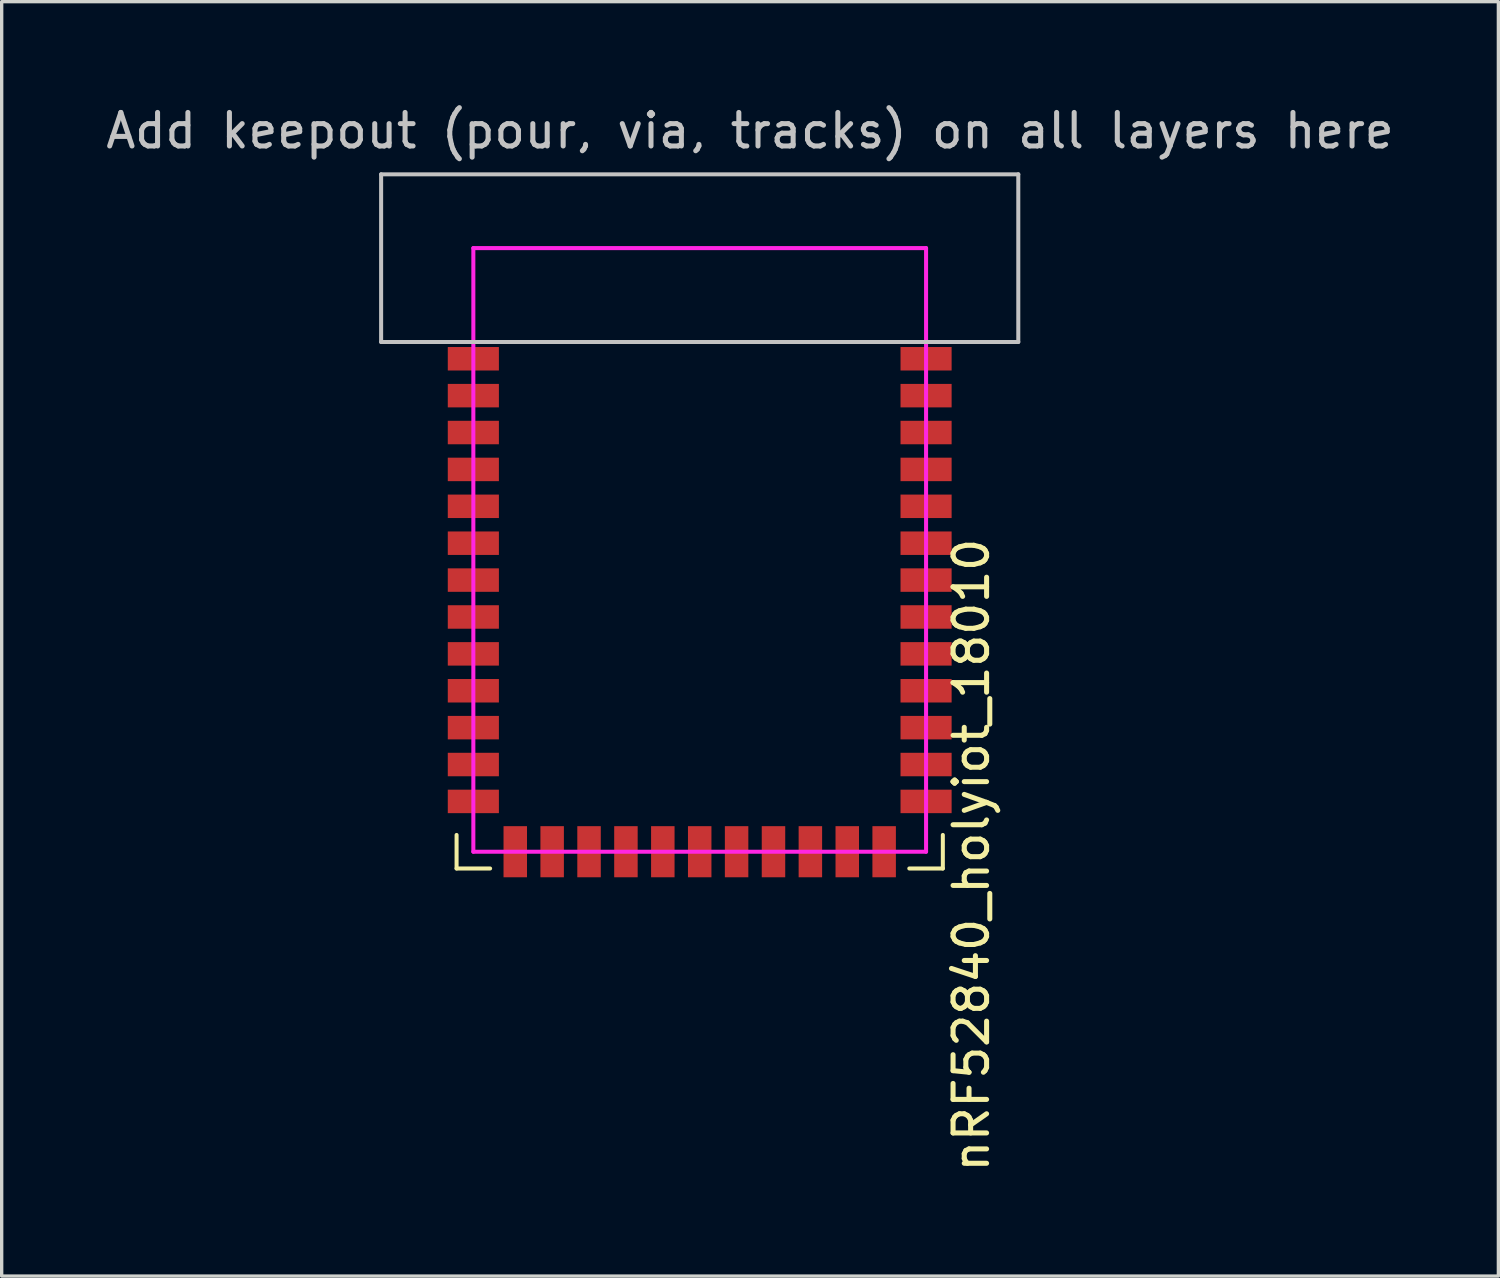
<source format=kicad_pcb>
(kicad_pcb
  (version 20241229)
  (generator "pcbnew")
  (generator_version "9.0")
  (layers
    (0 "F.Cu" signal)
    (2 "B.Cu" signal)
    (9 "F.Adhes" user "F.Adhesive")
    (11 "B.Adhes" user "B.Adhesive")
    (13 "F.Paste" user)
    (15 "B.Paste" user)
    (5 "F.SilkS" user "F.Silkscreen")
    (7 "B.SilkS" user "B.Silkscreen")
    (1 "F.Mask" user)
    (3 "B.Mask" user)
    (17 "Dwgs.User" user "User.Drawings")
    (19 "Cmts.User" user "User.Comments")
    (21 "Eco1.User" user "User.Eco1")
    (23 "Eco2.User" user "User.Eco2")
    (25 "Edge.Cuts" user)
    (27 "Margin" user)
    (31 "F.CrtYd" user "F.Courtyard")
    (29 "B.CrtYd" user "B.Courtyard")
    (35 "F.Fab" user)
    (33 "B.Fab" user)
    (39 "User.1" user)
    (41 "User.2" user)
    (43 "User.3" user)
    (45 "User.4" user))
  (footprint "nRF52840_holyiot_18010"
    (layer "F.Cu")
    (at 17.815 13.348)
    (property "Reference" "nRF52840_holyiot_18010" (at 8.1 9.1 270) (layer "F.SilkS") (effects (font (size 1 1) (thickness 0.15))))
    (attr through_hole)
    (fp_line (start -7.25 8.5) (end -7.25 9.5) (stroke (width 0.12) (type solid)) (layer "F.SilkS"))
    (fp_line (start -6.25 9.5) (end -7.25 9.5) (stroke (width 0.12) (type solid)) (layer "F.SilkS"))
    (fp_line (start 6.25 9.5) (end 7.25 9.5) (stroke (width 0.12) (type solid)) (layer "F.SilkS"))
    (fp_line (start 7.25 8.5) (end 7.25 9.5) (stroke (width 0.12) (type solid)) (layer "F.SilkS"))
    (fp_line (start -9.5 -11.2) (end 9.5 -11.2) (stroke (width 0.12) (type solid)) (layer "Dwgs.User"))
    (fp_line (start -9.5 -6.2) (end -9.5 -11.2) (stroke (width 0.12) (type solid)) (layer "Dwgs.User"))
    (fp_line (start 9.5 -11.2) (end 9.5 -6.2) (stroke (width 0.12) (type solid)) (layer "Dwgs.User"))
    (fp_line (start 9.5 -6.2) (end -9.5 -6.2) (stroke (width 0.12) (type solid)) (layer "Dwgs.User"))
    (fp_line (start -6.75 -9) (end 6.75 -9) (stroke (width 0.12) (type solid)) (layer "F.CrtYd"))
    (fp_line (start -6.75 9) (end -6.75 -9) (stroke (width 0.12) (type solid)) (layer "F.CrtYd"))
    (fp_line (start 6.75 -9) (end 6.75 9) (stroke (width 0.12) (type solid)) (layer "F.CrtYd"))
    (fp_line (start 6.75 9) (end -6.75 9) (stroke (width 0.12) (type solid)) (layer "F.CrtYd"))
    (fp_text user "Add keepout (pour, via, tracks) on all layers here" (at 1.5 -12.5 0) (layer "Dwgs.User") (effects (font (size 1 1) (thickness 0.15))))
    (pad "1" smd rect (at -6.75 -5.7) (size 1.524 0.7) (layers "F.Cu" "F.Mask" "F.Paste"))
    (pad "2" smd rect (at -6.75 -4.6) (size 1.524 0.7) (layers "F.Cu" "F.Mask" "F.Paste"))
    (pad "3" smd rect (at -6.75 -3.5) (size 1.524 0.7) (layers "F.Cu" "F.Mask" "F.Paste"))
    (pad "4" smd rect (at -6.75 -2.4) (size 1.524 0.7) (layers "F.Cu" "F.Mask" "F.Paste"))
    (pad "5" smd rect (at -6.75 -1.3) (size 1.524 0.7) (layers "F.Cu" "F.Mask" "F.Paste"))
    (pad "6" smd rect (at -6.75 -0.2) (size 1.524 0.7) (layers "F.Cu" "F.Mask" "F.Paste"))
    (pad "7" smd rect (at -6.75 0.9) (size 1.524 0.7) (layers "F.Cu" "F.Mask" "F.Paste"))
    (pad "8" smd rect (at -6.75 2) (size 1.524 0.7) (layers "F.Cu" "F.Mask" "F.Paste"))
    (pad "9" smd rect (at -6.75 3.1) (size 1.524 0.7) (layers "F.Cu" "F.Mask" "F.Paste"))
    (pad "10" smd rect (at -6.75 4.2) (size 1.524 0.7) (layers "F.Cu" "F.Mask" "F.Paste"))
    (pad "11" smd rect (at -6.75 5.3) (size 1.524 0.7) (layers "F.Cu" "F.Mask" "F.Paste"))
    (pad "12" smd rect (at -6.75 6.4) (size 1.524 0.7) (layers "F.Cu" "F.Mask" "F.Paste"))
    (pad "13" smd rect (at -6.75 7.5) (size 1.524 0.7) (layers "F.Cu" "F.Mask" "F.Paste"))
    (pad "14" smd rect (at -5.5 9 90) (size 1.524 0.7) (layers "F.Cu" "F.Mask" "F.Paste"))
    (pad "15" smd rect (at -4.4 9 90) (size 1.524 0.7) (layers "F.Cu" "F.Mask" "F.Paste"))
    (pad "16" smd rect (at -3.3 9 90) (size 1.524 0.7) (layers "F.Cu" "F.Mask" "F.Paste"))
    (pad "17" smd rect (at -2.2 9 90) (size 1.524 0.7) (layers "F.Cu" "F.Mask" "F.Paste"))
    (pad "18" smd rect (at -1.1 9 90) (size 1.524 0.7) (layers "F.Cu" "F.Mask" "F.Paste"))
    (pad "19" smd rect (at 0 9 90) (size 1.524 0.7) (layers "F.Cu" "F.Mask" "F.Paste"))
    (pad "20" smd rect (at 1.1 9 90) (size 1.524 0.7) (layers "F.Cu" "F.Mask" "F.Paste"))
    (pad "21" smd rect (at 2.2 9 90) (size 1.524 0.7) (layers "F.Cu" "F.Mask" "F.Paste"))
    (pad "22" smd rect (at 3.3 9 90) (size 1.524 0.7) (layers "F.Cu" "F.Mask" "F.Paste"))
    (pad "23" smd rect (at 4.4 9 90) (size 1.524 0.7) (layers "F.Cu" "F.Mask" "F.Paste"))
    (pad "24" smd rect (at 5.5 9 90) (size 1.524 0.7) (layers "F.Cu" "F.Mask" "F.Paste"))
    (pad "25" smd rect (at 6.75 7.5 180) (size 1.524 0.7) (layers "F.Cu" "F.Mask" "F.Paste"))
    (pad "26" smd rect (at 6.75 6.4 180) (size 1.524 0.7) (layers "F.Cu" "F.Mask" "F.Paste"))
    (pad "27" smd rect (at 6.75 5.3 180) (size 1.524 0.7) (layers "F.Cu" "F.Mask" "F.Paste"))
    (pad "28" smd rect (at 6.75 4.2 180) (size 1.524 0.7) (layers "F.Cu" "F.Mask" "F.Paste"))
    (pad "29" smd rect (at 6.75 3.1 180) (size 1.524 0.7) (layers "F.Cu" "F.Mask" "F.Paste"))
    (pad "30" smd rect (at 6.75 2 180) (size 1.524 0.7) (layers "F.Cu" "F.Mask" "F.Paste"))
    (pad "31" smd rect (at 6.75 0.9 180) (size 1.524 0.7) (layers "F.Cu" "F.Mask" "F.Paste"))
    (pad "32" smd rect (at 6.75 -0.2 180) (size 1.524 0.7) (layers "F.Cu" "F.Mask" "F.Paste"))
    (pad "33" smd rect (at 6.75 -1.3 180) (size 1.524 0.7) (layers "F.Cu" "F.Mask" "F.Paste"))
    (pad "34" smd rect (at 6.75 -2.4 180) (size 1.524 0.7) (layers "F.Cu" "F.Mask" "F.Paste"))
    (pad "35" smd rect (at 6.75 -3.5 180) (size 1.524 0.7) (layers "F.Cu" "F.Mask" "F.Paste"))
    (pad "36" smd rect (at 6.75 -4.6 180) (size 1.524 0.7) (layers "F.Cu" "F.Mask" "F.Paste"))
    (pad "37" smd rect (at 6.75 -5.7 180) (size 1.524 0.7) (layers "F.Cu" "F.Mask" "F.Paste")))
  (gr_rect
    (start -3 -3)
    (end 41.631 35.002)
    (stroke (width 0.1) (type default))
    (fill no)
    (layer "Edge.Cuts")))
</source>
